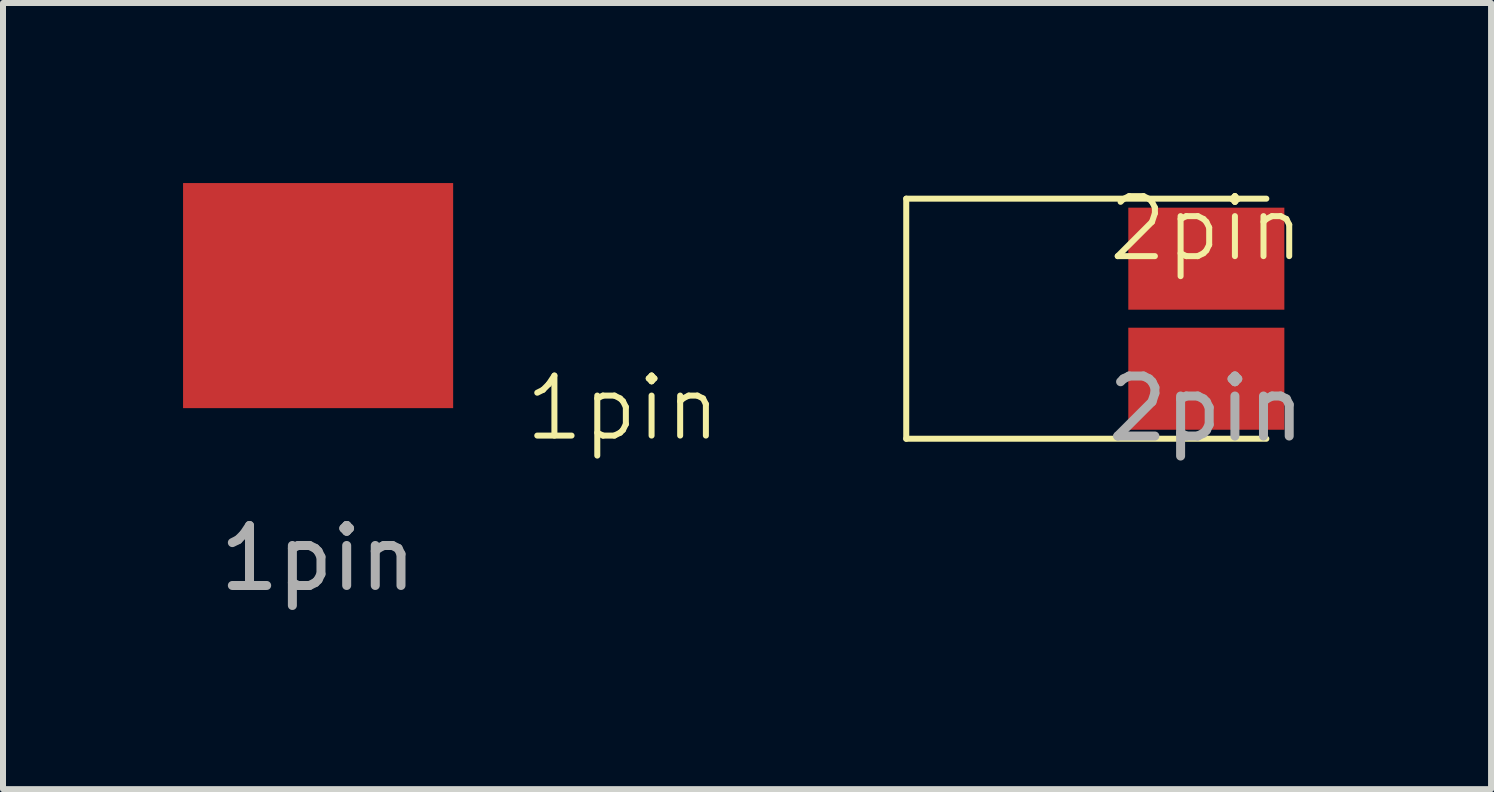
<source format=kicad_pcb>
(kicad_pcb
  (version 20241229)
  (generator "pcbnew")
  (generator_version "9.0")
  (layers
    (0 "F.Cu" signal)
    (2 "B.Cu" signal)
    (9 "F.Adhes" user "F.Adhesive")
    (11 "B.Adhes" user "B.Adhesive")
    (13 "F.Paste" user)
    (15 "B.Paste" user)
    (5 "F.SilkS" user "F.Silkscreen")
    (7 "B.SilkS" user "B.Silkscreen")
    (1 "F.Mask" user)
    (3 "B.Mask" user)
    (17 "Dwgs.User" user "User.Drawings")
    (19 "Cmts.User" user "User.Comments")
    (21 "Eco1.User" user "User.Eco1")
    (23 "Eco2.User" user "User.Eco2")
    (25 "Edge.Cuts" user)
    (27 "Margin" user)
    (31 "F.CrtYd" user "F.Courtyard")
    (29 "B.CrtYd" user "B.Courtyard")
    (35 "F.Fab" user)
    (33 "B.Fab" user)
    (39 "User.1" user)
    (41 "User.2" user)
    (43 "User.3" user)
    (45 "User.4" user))
  (footprint "1pin"
    (layer "F.Cu")
    (at 2.25 3.75)
    (property "Reference" "1pin" (at 5.08 0 0) (unlocked yes) (layer "F.SilkS") (effects (font (size 1 1) (thickness 0.1))))
    (attr smd)
    (fp_text user "${REFERENCE}" (at 0 2.5 0) (unlocked yes) (layer "F.Fab") (effects (font (size 1 1) (thickness 0.15))))
    (pad "1" smd rect (at 0 -1.875) (size 4.5 3.75) (layers "F.Cu" "F.Mask" "F.Paste")))
  (footprint "2pin"
    (layer "F.Cu")
    (at 17.049 1.26)
    (property "Reference" "2pin" (at 0 -0.5 0) (unlocked yes) (layer "F.SilkS") (effects (font (size 1 1) (thickness 0.1))))
    (attr smd)
    (fp_line (start -5 -1) (end -5 3) (stroke (width 0.1) (type default)) (layer "F.SilkS"))
    (fp_line (start -5 -1) (end 1 -1) (stroke (width 0.1) (type default)) (layer "F.SilkS"))
    (fp_line (start 1 3) (end -5 3) (stroke (width 0.1) (type default)) (layer "F.SilkS"))
    (fp_text user "${REFERENCE}" (at 0 2.5 0) (unlocked yes) (layer "F.Fab") (effects (font (size 1 1) (thickness 0.15))))
    (pad "1" smd rect (at 0 0) (size 2.6 1.7) (layers "F.Cu" "F.Mask" "F.Paste"))
    (pad "2" smd rect (at 0 2) (size 2.6 1.7) (layers "F.Cu" "F.Mask" "F.Paste")))
  (gr_rect
    (start -3 -3)
    (end 21.793 10.098)
    (stroke (width 0.1) (type default))
    (fill no)
    (layer "Edge.Cuts")))
</source>
